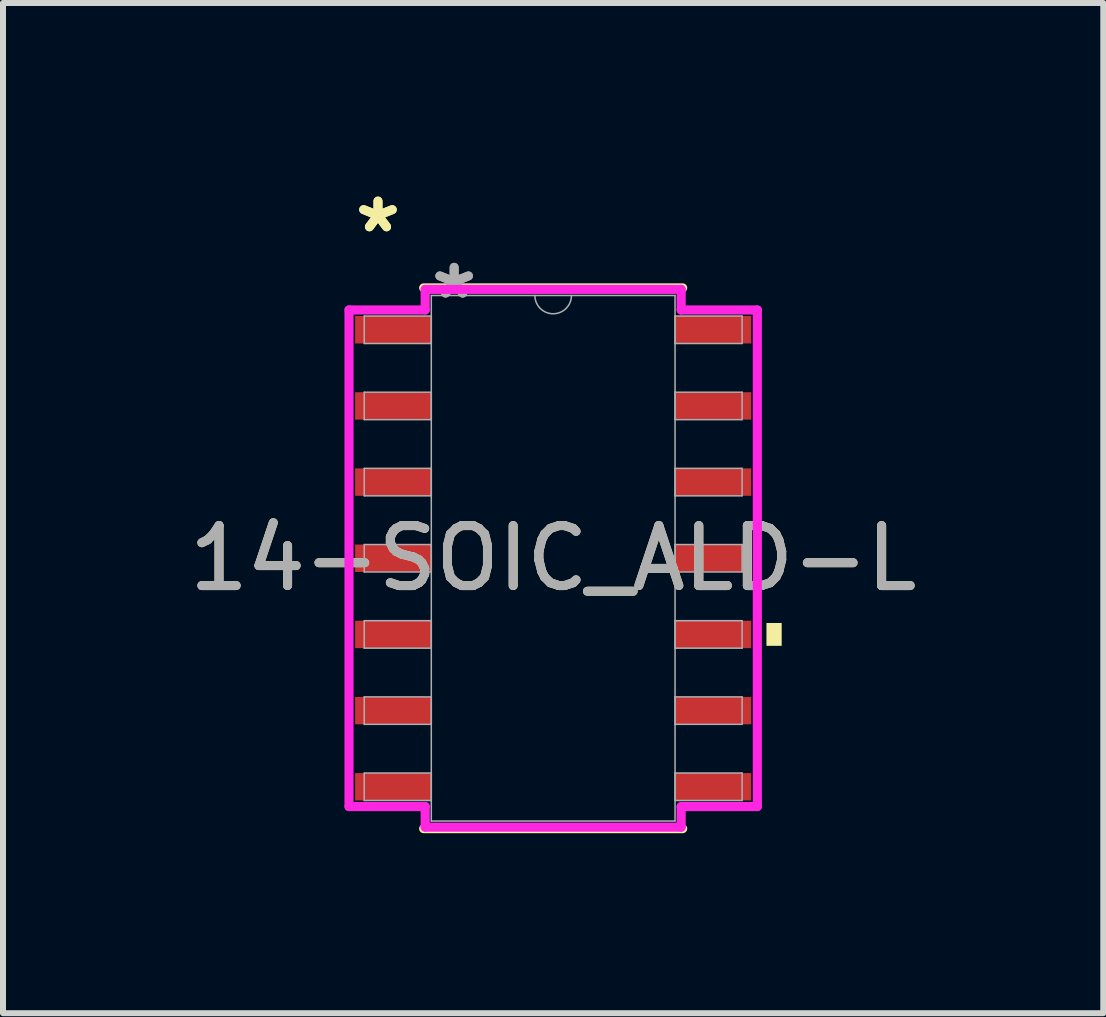
<source format=kicad_pcb>
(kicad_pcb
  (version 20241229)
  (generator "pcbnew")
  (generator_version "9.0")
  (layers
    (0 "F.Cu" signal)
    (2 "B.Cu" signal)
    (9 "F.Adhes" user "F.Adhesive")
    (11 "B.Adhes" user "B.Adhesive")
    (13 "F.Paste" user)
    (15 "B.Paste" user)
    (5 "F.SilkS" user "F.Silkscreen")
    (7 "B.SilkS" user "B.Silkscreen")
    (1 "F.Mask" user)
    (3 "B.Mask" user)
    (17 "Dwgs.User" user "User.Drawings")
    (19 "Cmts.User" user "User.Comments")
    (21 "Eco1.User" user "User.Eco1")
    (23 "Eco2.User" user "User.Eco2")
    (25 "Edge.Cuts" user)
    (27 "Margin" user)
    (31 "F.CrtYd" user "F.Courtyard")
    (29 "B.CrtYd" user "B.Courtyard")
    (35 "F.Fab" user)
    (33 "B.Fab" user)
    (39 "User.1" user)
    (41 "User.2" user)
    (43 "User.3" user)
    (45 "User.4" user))
  (footprint "14-SOIC_ALD-L"
    (layer "F.Cu")
    (at 6.173 6.258)
    (property "Reference" "14-SOIC_ALD-L" (at 0 0 0) (unlocked yes) (layer "F.SilkS") (effects (font (size 1 1) (thickness 0.15))))
    (attr smd)
    (fp_line (start -2.159 4.508) (end 2.159 4.508) (stroke (width 0.152) (type solid)) (layer "F.SilkS"))
    (fp_line (start 2.159 -4.508) (end -2.159 -4.508) (stroke (width 0.152) (type solid)) (layer "F.SilkS"))
    (fp_poly (pts (xy 3.81 1.079) (xy 3.81 1.46) (xy 3.556 1.46) (xy 3.556 1.079)) (stroke (width 0) (type solid)) (fill yes) (layer "F.SilkS"))
    (fp_line (start -3.404 -4.14) (end -2.134 -4.14) (stroke (width 0.152) (type solid)) (layer "F.CrtYd"))
    (fp_line (start -3.404 4.14) (end -3.404 -4.14) (stroke (width 0.152) (type solid)) (layer "F.CrtYd"))
    (fp_line (start -3.404 4.14) (end -2.134 4.14) (stroke (width 0.152) (type solid)) (layer "F.CrtYd"))
    (fp_line (start -2.134 -4.483) (end 2.134 -4.483) (stroke (width 0.152) (type solid)) (layer "F.CrtYd"))
    (fp_line (start -2.134 -4.14) (end -2.134 -4.483) (stroke (width 0.152) (type solid)) (layer "F.CrtYd"))
    (fp_line (start -2.134 4.483) (end -2.134 4.14) (stroke (width 0.152) (type solid)) (layer "F.CrtYd"))
    (fp_line (start 2.134 -4.483) (end 2.134 -4.14) (stroke (width 0.152) (type solid)) (layer "F.CrtYd"))
    (fp_line (start 2.134 4.14) (end 2.134 4.483) (stroke (width 0.152) (type solid)) (layer "F.CrtYd"))
    (fp_line (start 2.134 4.483) (end -2.134 4.483) (stroke (width 0.152) (type solid)) (layer "F.CrtYd"))
    (fp_line (start 3.404 -4.14) (end 2.134 -4.14) (stroke (width 0.152) (type solid)) (layer "F.CrtYd"))
    (fp_line (start 3.404 -4.14) (end 3.404 4.14) (stroke (width 0.152) (type solid)) (layer "F.CrtYd"))
    (fp_line (start 3.404 4.14) (end 2.134 4.14) (stroke (width 0.152) (type solid)) (layer "F.CrtYd"))
    (fp_line (start -3.15 -4.039) (end -3.15 -3.581) (stroke (width 0.025) (type solid)) (layer "F.Fab"))
    (fp_line (start -3.15 -3.581) (end -2.032 -3.581) (stroke (width 0.025) (type solid)) (layer "F.Fab"))
    (fp_line (start -3.15 -2.769) (end -3.15 -2.311) (stroke (width 0.025) (type solid)) (layer "F.Fab"))
    (fp_line (start -3.15 -2.311) (end -2.032 -2.311) (stroke (width 0.025) (type solid)) (layer "F.Fab"))
    (fp_line (start -3.15 -1.499) (end -3.15 -1.041) (stroke (width 0.025) (type solid)) (layer "F.Fab"))
    (fp_line (start -3.15 -1.041) (end -2.032 -1.041) (stroke (width 0.025) (type solid)) (layer "F.Fab"))
    (fp_line (start -3.15 -0.229) (end -3.15 0.229) (stroke (width 0.025) (type solid)) (layer "F.Fab"))
    (fp_line (start -3.15 0.229) (end -2.032 0.229) (stroke (width 0.025) (type solid)) (layer "F.Fab"))
    (fp_line (start -3.15 1.041) (end -3.15 1.499) (stroke (width 0.025) (type solid)) (layer "F.Fab"))
    (fp_line (start -3.15 1.499) (end -2.032 1.499) (stroke (width 0.025) (type solid)) (layer "F.Fab"))
    (fp_line (start -3.15 2.311) (end -3.15 2.769) (stroke (width 0.025) (type solid)) (layer "F.Fab"))
    (fp_line (start -3.15 2.769) (end -2.032 2.769) (stroke (width 0.025) (type solid)) (layer "F.Fab"))
    (fp_line (start -3.15 3.581) (end -3.15 4.039) (stroke (width 0.025) (type solid)) (layer "F.Fab"))
    (fp_line (start -3.15 4.039) (end -2.032 4.039) (stroke (width 0.025) (type solid)) (layer "F.Fab"))
    (fp_line (start -2.032 -4.381) (end -2.032 4.381) (stroke (width 0.025) (type solid)) (layer "F.Fab"))
    (fp_line (start -2.032 -4.039) (end -3.15 -4.039) (stroke (width 0.025) (type solid)) (layer "F.Fab"))
    (fp_line (start -2.032 -3.581) (end -2.032 -4.039) (stroke (width 0.025) (type solid)) (layer "F.Fab"))
    (fp_line (start -2.032 -2.769) (end -3.15 -2.769) (stroke (width 0.025) (type solid)) (layer "F.Fab"))
    (fp_line (start -2.032 -2.311) (end -2.032 -2.769) (stroke (width 0.025) (type solid)) (layer "F.Fab"))
    (fp_line (start -2.032 -1.499) (end -3.15 -1.499) (stroke (width 0.025) (type solid)) (layer "F.Fab"))
    (fp_line (start -2.032 -1.041) (end -2.032 -1.499) (stroke (width 0.025) (type solid)) (layer "F.Fab"))
    (fp_line (start -2.032 -0.229) (end -3.15 -0.229) (stroke (width 0.025) (type solid)) (layer "F.Fab"))
    (fp_line (start -2.032 0.229) (end -2.032 -0.229) (stroke (width 0.025) (type solid)) (layer "F.Fab"))
    (fp_line (start -2.032 1.041) (end -3.15 1.041) (stroke (width 0.025) (type solid)) (layer "F.Fab"))
    (fp_line (start -2.032 1.499) (end -2.032 1.041) (stroke (width 0.025) (type solid)) (layer "F.Fab"))
    (fp_line (start -2.032 2.311) (end -3.15 2.311) (stroke (width 0.025) (type solid)) (layer "F.Fab"))
    (fp_line (start -2.032 2.769) (end -2.032 2.311) (stroke (width 0.025) (type solid)) (layer "F.Fab"))
    (fp_line (start -2.032 3.581) (end -3.15 3.581) (stroke (width 0.025) (type solid)) (layer "F.Fab"))
    (fp_line (start -2.032 4.039) (end -2.032 3.581) (stroke (width 0.025) (type solid)) (layer "F.Fab"))
    (fp_line (start -2.032 4.381) (end 2.032 4.381) (stroke (width 0.025) (type solid)) (layer "F.Fab"))
    (fp_line (start 2.032 -4.381) (end -2.032 -4.381) (stroke (width 0.025) (type solid)) (layer "F.Fab"))
    (fp_line (start 2.032 -4.039) (end 2.032 -3.581) (stroke (width 0.025) (type solid)) (layer "F.Fab"))
    (fp_line (start 2.032 -3.581) (end 3.15 -3.581) (stroke (width 0.025) (type solid)) (layer "F.Fab"))
    (fp_line (start 2.032 -2.769) (end 2.032 -2.311) (stroke (width 0.025) (type solid)) (layer "F.Fab"))
    (fp_line (start 2.032 -2.311) (end 3.15 -2.311) (stroke (width 0.025) (type solid)) (layer "F.Fab"))
    (fp_line (start 2.032 -1.499) (end 2.032 -1.041) (stroke (width 0.025) (type solid)) (layer "F.Fab"))
    (fp_line (start 2.032 -1.041) (end 3.15 -1.041) (stroke (width 0.025) (type solid)) (layer "F.Fab"))
    (fp_line (start 2.032 -0.229) (end 2.032 0.229) (stroke (width 0.025) (type solid)) (layer "F.Fab"))
    (fp_line (start 2.032 0.229) (end 3.15 0.229) (stroke (width 0.025) (type solid)) (layer "F.Fab"))
    (fp_line (start 2.032 1.041) (end 2.032 1.499) (stroke (width 0.025) (type solid)) (layer "F.Fab"))
    (fp_line (start 2.032 1.499) (end 3.15 1.499) (stroke (width 0.025) (type solid)) (layer "F.Fab"))
    (fp_line (start 2.032 2.311) (end 2.032 2.769) (stroke (width 0.025) (type solid)) (layer "F.Fab"))
    (fp_line (start 2.032 2.769) (end 3.15 2.769) (stroke (width 0.025) (type solid)) (layer "F.Fab"))
    (fp_line (start 2.032 3.581) (end 2.032 4.039) (stroke (width 0.025) (type solid)) (layer "F.Fab"))
    (fp_line (start 2.032 4.039) (end 3.15 4.039) (stroke (width 0.025) (type solid)) (layer "F.Fab"))
    (fp_line (start 2.032 4.381) (end 2.032 -4.381) (stroke (width 0.025) (type solid)) (layer "F.Fab"))
    (fp_line (start 3.15 -4.039) (end 2.032 -4.039) (stroke (width 0.025) (type solid)) (layer "F.Fab"))
    (fp_line (start 3.15 -3.581) (end 3.15 -4.039) (stroke (width 0.025) (type solid)) (layer "F.Fab"))
    (fp_line (start 3.15 -2.769) (end 2.032 -2.769) (stroke (width 0.025) (type solid)) (layer "F.Fab"))
    (fp_line (start 3.15 -2.311) (end 3.15 -2.769) (stroke (width 0.025) (type solid)) (layer "F.Fab"))
    (fp_line (start 3.15 -1.499) (end 2.032 -1.499) (stroke (width 0.025) (type solid)) (layer "F.Fab"))
    (fp_line (start 3.15 -1.041) (end 3.15 -1.499) (stroke (width 0.025) (type solid)) (layer "F.Fab"))
    (fp_line (start 3.15 -0.229) (end 2.032 -0.229) (stroke (width 0.025) (type solid)) (layer "F.Fab"))
    (fp_line (start 3.15 0.229) (end 3.15 -0.229) (stroke (width 0.025) (type solid)) (layer "F.Fab"))
    (fp_line (start 3.15 1.041) (end 2.032 1.041) (stroke (width 0.025) (type solid)) (layer "F.Fab"))
    (fp_line (start 3.15 1.499) (end 3.15 1.041) (stroke (width 0.025) (type solid)) (layer "F.Fab"))
    (fp_line (start 3.15 2.311) (end 2.032 2.311) (stroke (width 0.025) (type solid)) (layer "F.Fab"))
    (fp_line (start 3.15 2.769) (end 3.15 2.311) (stroke (width 0.025) (type solid)) (layer "F.Fab"))
    (fp_line (start 3.15 3.581) (end 2.032 3.581) (stroke (width 0.025) (type solid)) (layer "F.Fab"))
    (fp_line (start 3.15 4.039) (end 3.15 3.581) (stroke (width 0.025) (type solid)) (layer "F.Fab"))
    (fp_arc (start 0.3048 -4.3815) (mid 0 -4.0767) (end -0.3048 -4.3815) (stroke (width 0.0254) (type solid)) (layer "F.Fab"))
    (fp_text user "*" (at -2.921 -5.41 0) (layer "F.SilkS") (effects (font (size 1 1) (thickness 0.15))))
    (fp_text user "*" (at -2.921 -5.41 0) (unlocked yes) (layer "F.SilkS") (effects (font (size 1 1) (thickness 0.15))))
    (fp_text user "*" (at -1.651 -4.305 0) (layer "F.Fab") (effects (font (size 1 1) (thickness 0.15))))
    (fp_text user "${REFERENCE}" (at 0 0 0) (unlocked yes) (layer "F.Fab") (effects (font (size 1 1) (thickness 0.15))))
    (fp_text user "*" (at -1.651 -4.305 0) (unlocked yes) (layer "F.Fab") (effects (font (size 1 1) (thickness 0.15))))
    (pad "1" smd rect (at -2.667 -3.81) (size 1.27 0.457) (layers "F.Cu" "F.Mask" "F.Paste"))
    (pad "2" smd rect (at -2.667 -2.54) (size 1.27 0.457) (layers "F.Cu" "F.Mask" "F.Paste"))
    (pad "3" smd rect (at -2.667 -1.27) (size 1.27 0.457) (layers "F.Cu" "F.Mask" "F.Paste"))
    (pad "4" smd rect (at -2.667 0) (size 1.27 0.457) (layers "F.Cu" "F.Mask" "F.Paste"))
    (pad "5" smd rect (at -2.667 1.27) (size 1.27 0.457) (layers "F.Cu" "F.Mask" "F.Paste"))
    (pad "6" smd rect (at -2.667 2.54) (size 1.27 0.457) (layers "F.Cu" "F.Mask" "F.Paste"))
    (pad "7" smd rect (at -2.667 3.81) (size 1.27 0.457) (layers "F.Cu" "F.Mask" "F.Paste"))
    (pad "8" smd rect (at 2.667 3.81) (size 1.27 0.457) (layers "F.Cu" "F.Mask" "F.Paste"))
    (pad "9" smd rect (at 2.667 2.54) (size 1.27 0.457) (layers "F.Cu" "F.Mask" "F.Paste"))
    (pad "10" smd rect (at 2.667 1.27) (size 1.27 0.457) (layers "F.Cu" "F.Mask" "F.Paste"))
    (pad "11" smd rect (at 2.667 0) (size 1.27 0.457) (layers "F.Cu" "F.Mask" "F.Paste"))
    (pad "12" smd rect (at 2.667 -1.27) (size 1.27 0.457) (layers "F.Cu" "F.Mask" "F.Paste"))
    (pad "13" smd rect (at 2.667 -2.54) (size 1.27 0.457) (layers "F.Cu" "F.Mask" "F.Paste"))
    (pad "14" smd rect (at 2.667 -3.81) (size 1.27 0.457) (layers "F.Cu" "F.Mask" "F.Paste")))
  (gr_rect
    (start -3 -3)
    (end 15.345 13.843)
    (stroke (width 0.1) (type default))
    (fill no)
    (layer "Edge.Cuts")))
</source>
